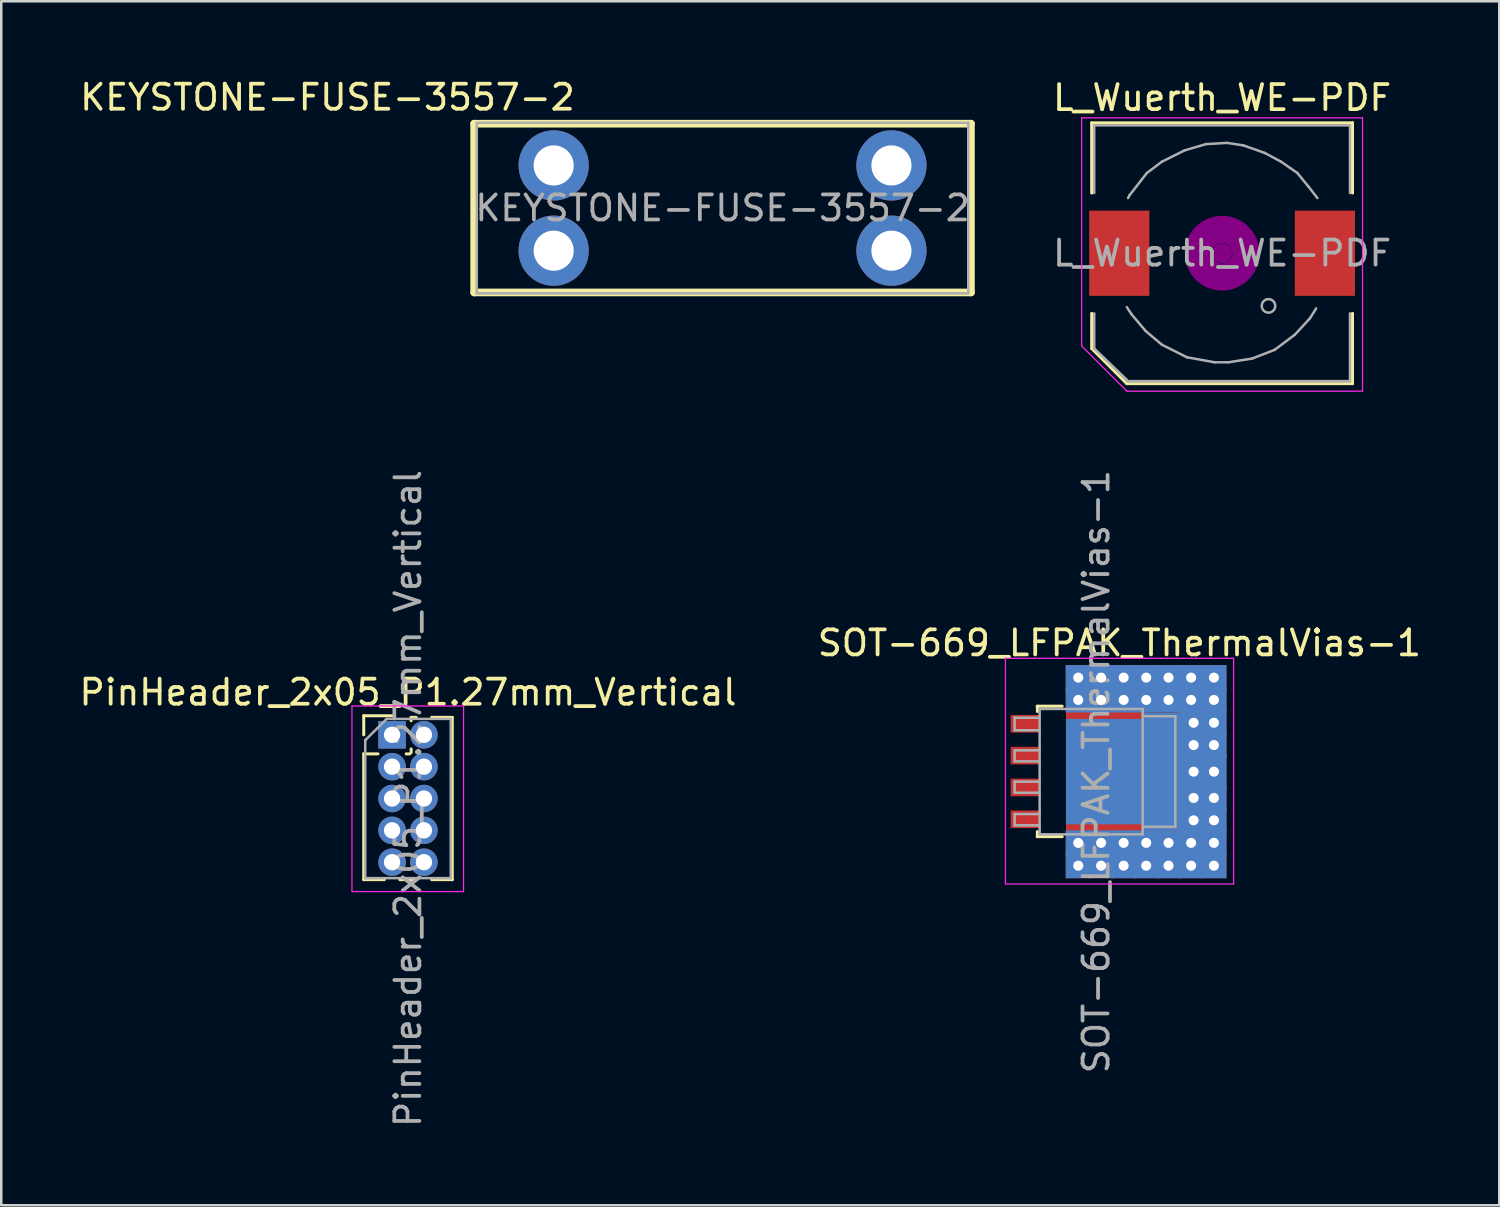
<source format=kicad_pcb>
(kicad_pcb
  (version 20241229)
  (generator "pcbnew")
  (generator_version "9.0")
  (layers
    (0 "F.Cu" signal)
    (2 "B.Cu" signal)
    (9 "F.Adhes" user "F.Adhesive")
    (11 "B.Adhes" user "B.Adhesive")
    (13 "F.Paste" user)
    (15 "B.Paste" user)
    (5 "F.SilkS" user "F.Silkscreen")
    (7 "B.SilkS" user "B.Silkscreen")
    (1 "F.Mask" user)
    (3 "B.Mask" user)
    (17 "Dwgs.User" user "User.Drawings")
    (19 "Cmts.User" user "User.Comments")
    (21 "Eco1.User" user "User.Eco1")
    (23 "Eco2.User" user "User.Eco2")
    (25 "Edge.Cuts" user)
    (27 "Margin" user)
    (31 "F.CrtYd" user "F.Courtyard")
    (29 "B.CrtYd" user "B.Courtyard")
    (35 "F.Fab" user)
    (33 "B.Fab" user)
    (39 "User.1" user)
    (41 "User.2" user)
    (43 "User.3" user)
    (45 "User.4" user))
  (footprint "KEYSTONE-FUSE-3557-2"
    (layer "F.Cu")
    (at 25.764 5.247)
    (property "Reference" "KEYSTONE-FUSE-3557-2" (at -5.8 -5 0) (layer "F.SilkS") (effects (font (size 1 1) (thickness 0.15)) (justify right top)))
    (attr through_hole)
    (fp_line (start -9.905 -3.365) (end 9.905 -3.365) (stroke (width 0.305) (type solid)) (layer "F.SilkS"))
    (fp_line (start -9.905 3.365) (end -9.905 -3.365) (stroke (width 0.305) (type solid)) (layer "F.SilkS"))
    (fp_line (start 9.905 -3.365) (end 9.905 3.365) (stroke (width 0.305) (type solid)) (layer "F.SilkS"))
    (fp_line (start 9.905 3.365) (end -9.905 3.365) (stroke (width 0.305) (type solid)) (layer "F.SilkS"))
    (fp_line (start -9.8 -3.4) (end 9.8 -3.4) (stroke (width 0.1) (type solid)) (layer "F.Fab"))
    (fp_line (start -9.8 3.4) (end -9.8 -3.4) (stroke (width 0.1) (type solid)) (layer "F.Fab"))
    (fp_line (start 9.8 -3.4) (end 9.8 3.4) (stroke (width 0.1) (type solid)) (layer "F.Fab"))
    (fp_line (start 9.8 3.4) (end -9.8 3.4) (stroke (width 0.1) (type solid)) (layer "F.Fab"))
    (fp_text user "${REFERENCE}" (at 0 0 0) (layer "F.Fab") (effects (font (size 1 1) (thickness 0.15))))
    (pad "1" thru_hole circle (at -6.735 -1.7 90) (size 2.8 2.8) (drill 1.6) (layers "*.Cu" "*.Mask"))
    (pad "1" thru_hole circle (at -6.735 1.7 90) (size 2.8 2.8) (drill 1.6) (layers "*.Cu" "*.Mask"))
    (pad "2" thru_hole circle (at 6.735 -1.7 90) (size 2.8 2.8) (drill 1.6) (layers "*.Cu" "*.Mask"))
    (pad "2" thru_hole circle (at 6.735 1.7 90) (size 2.8 2.8) (drill 1.6) (layers "*.Cu" "*.Mask")))
  (footprint "PinHeader_2x05_P1.27mm_Vertical"
    (layer "F.Cu")
    (at 12.585 26.253)
    (property "Reference" "PinHeader_2x05_P1.27mm_Vertical" (at 0.635 -1.695 0) (layer "F.SilkS") (effects (font (size 1 1) (thickness 0.15))))
    (attr through_hole)
    (fp_line (start -1.13 -0.76) (end 0 -0.76) (stroke (width 0.12) (type solid)) (layer "F.SilkS"))
    (fp_line (start -1.13 0) (end -1.13 -0.76) (stroke (width 0.12) (type solid)) (layer "F.SilkS"))
    (fp_line (start -1.13 0.76) (end -1.13 5.775) (stroke (width 0.12) (type solid)) (layer "F.SilkS"))
    (fp_line (start -1.13 0.76) (end -0.563 0.76) (stroke (width 0.12) (type solid)) (layer "F.SilkS"))
    (fp_line (start -1.13 5.775) (end -0.308 5.775) (stroke (width 0.12) (type solid)) (layer "F.SilkS"))
    (fp_line (start 0.308 5.775) (end 0.962 5.775) (stroke (width 0.12) (type solid)) (layer "F.SilkS"))
    (fp_line (start 0.563 0.76) (end 0.707 0.76) (stroke (width 0.12) (type solid)) (layer "F.SilkS"))
    (fp_line (start 0.76 -0.695) (end 0.962 -0.695) (stroke (width 0.12) (type solid)) (layer "F.SilkS"))
    (fp_line (start 0.76 -0.563) (end 0.76 -0.695) (stroke (width 0.12) (type solid)) (layer "F.SilkS"))
    (fp_line (start 0.76 0.707) (end 0.76 0.563) (stroke (width 0.12) (type solid)) (layer "F.SilkS"))
    (fp_line (start 1.578 -0.695) (end 2.4 -0.695) (stroke (width 0.12) (type solid)) (layer "F.SilkS"))
    (fp_line (start 1.578 5.775) (end 2.4 5.775) (stroke (width 0.12) (type solid)) (layer "F.SilkS"))
    (fp_line (start 2.4 -0.695) (end 2.4 5.775) (stroke (width 0.12) (type solid)) (layer "F.SilkS"))
    (fp_line (start -1.6 -1.15) (end -1.6 6.25) (stroke (width 0.05) (type solid)) (layer "F.CrtYd"))
    (fp_line (start -1.6 6.25) (end 2.85 6.25) (stroke (width 0.05) (type solid)) (layer "F.CrtYd"))
    (fp_line (start 2.85 -1.15) (end -1.6 -1.15) (stroke (width 0.05) (type solid)) (layer "F.CrtYd"))
    (fp_line (start 2.85 6.25) (end 2.85 -1.15) (stroke (width 0.05) (type solid)) (layer "F.CrtYd"))
    (fp_line (start -1.07 0.217) (end -0.217 -0.635) (stroke (width 0.1) (type solid)) (layer "F.Fab"))
    (fp_line (start -1.07 5.715) (end -1.07 0.217) (stroke (width 0.1) (type solid)) (layer "F.Fab"))
    (fp_line (start -0.217 -0.635) (end 2.34 -0.635) (stroke (width 0.1) (type solid)) (layer "F.Fab"))
    (fp_line (start 2.34 -0.635) (end 2.34 5.715) (stroke (width 0.1) (type solid)) (layer "F.Fab"))
    (fp_line (start 2.34 5.715) (end -1.07 5.715) (stroke (width 0.1) (type solid)) (layer "F.Fab"))
    (fp_text user "${REFERENCE}" (at 0.635 2.54 90) (layer "F.Fab") (effects (font (size 1 1) (thickness 0.15))))
    (pad "1" thru_hole rect (at 0 0) (size 1.1 1.1) (drill 0.65) (layers "*.Cu" "*.Mask"))
    (pad "2" thru_hole oval (at 1.27 0) (size 1.1 1.1) (drill 0.65) (layers "*.Cu" "*.Mask"))
    (pad "3" thru_hole oval (at 0 1.27) (size 1.1 1.1) (drill 0.65) (layers "*.Cu" "*.Mask"))
    (pad "4" thru_hole oval (at 1.27 1.27) (size 1.1 1.1) (drill 0.65) (layers "*.Cu" "*.Mask"))
    (pad "5" thru_hole oval (at 0 2.54) (size 1.1 1.1) (drill 0.65) (layers "*.Cu" "*.Mask"))
    (pad "6" thru_hole oval (at 1.27 2.54) (size 1.1 1.1) (drill 0.65) (layers "*.Cu" "*.Mask"))
    (pad "7" thru_hole oval (at 0 3.81) (size 1.1 1.1) (drill 0.65) (layers "*.Cu" "*.Mask"))
    (pad "8" thru_hole oval (at 1.27 3.81) (size 1.1 1.1) (drill 0.65) (layers "*.Cu" "*.Mask"))
    (pad "9" thru_hole oval (at 0 5.08) (size 1.1 1.1) (drill 0.65) (layers "*.Cu" "*.Mask"))
    (pad "10" thru_hole oval (at 1.27 5.08) (size 1.1 1.1) (drill 0.65) (layers "*.Cu" "*.Mask")))
  (footprint "L_Wuerth_WE-PDF"
    (layer "F.Cu")
    (at 45.685 7.048)
    (property "Reference" "L_Wuerth_WE-PDF" (at 0 -6.2 0) (layer "F.SilkS") (effects (font (size 1 1) (thickness 0.15))))
    (attr smd)
    (fp_line (start -5.2 -5.2) (end 5.2 -5.2) (stroke (width 0.12) (type solid)) (layer "F.SilkS"))
    (fp_line (start -5.2 -2.4) (end -5.2 -5.2) (stroke (width 0.12) (type solid)) (layer "F.SilkS"))
    (fp_line (start -5.2 3.8) (end -5.2 2.4) (stroke (width 0.12) (type solid)) (layer "F.SilkS"))
    (fp_line (start -3.8 5.2) (end -5.2 3.8) (stroke (width 0.12) (type solid)) (layer "F.SilkS"))
    (fp_line (start 5.2 -5.2) (end 5.2 -2.4) (stroke (width 0.12) (type solid)) (layer "F.SilkS"))
    (fp_line (start 5.2 2.4) (end 5.2 5.2) (stroke (width 0.12) (type solid)) (layer "F.SilkS"))
    (fp_line (start 5.2 5.2) (end -3.8 5.2) (stroke (width 0.12) (type solid)) (layer "F.SilkS"))
    (fp_circle (center 0 0) (end 0.15 0.15) (stroke (width 0.38) (type solid)) (fill no) (layer "F.Adhes"))
    (fp_circle (center 0 0) (end 0.6 0.05) (stroke (width 0.38) (type solid)) (fill no) (layer "F.Adhes"))
    (fp_circle (center 0 0) (end 0.95 0) (stroke (width 0.38) (type solid)) (fill no) (layer "F.Adhes"))
    (fp_circle (center 0 0) (end 1.3 0.05) (stroke (width 0.38) (type solid)) (fill no) (layer "F.Adhes"))
    (fp_line (start -5.6 -5.4) (end 5.6 -5.4) (stroke (width 0.05) (type solid)) (layer "F.CrtYd"))
    (fp_line (start -5.6 3.7) (end -5.6 -5.4) (stroke (width 0.05) (type solid)) (layer "F.CrtYd"))
    (fp_line (start -3.8 5.5) (end -5.6 3.7) (stroke (width 0.05) (type solid)) (layer "F.CrtYd"))
    (fp_line (start 5.6 -5.4) (end 5.6 5.5) (stroke (width 0.05) (type solid)) (layer "F.CrtYd"))
    (fp_line (start 5.6 5.5) (end -3.8 5.5) (stroke (width 0.05) (type solid)) (layer "F.CrtYd"))
    (fp_line (start -5.1 -5.1) (end -5.1 -2.4) (stroke (width 0.1) (type solid)) (layer "F.Fab"))
    (fp_line (start -5.1 2.4) (end -5.1 3.8) (stroke (width 0.1) (type solid)) (layer "F.Fab"))
    (fp_line (start -5.1 3.8) (end -3.8 5.05) (stroke (width 0.1) (type solid)) (layer "F.Fab"))
    (fp_line (start -3.8 2.15) (end -3.6 2.45) (stroke (width 0.1) (type solid)) (layer "F.Fab"))
    (fp_line (start -3.7 -2.3) (end -3.75 -2.2) (stroke (width 0.1) (type solid)) (layer "F.Fab"))
    (fp_line (start -3.6 2.45) (end -3.05 3.1) (stroke (width 0.1) (type solid)) (layer "F.Fab"))
    (fp_line (start -3.05 3.1) (end -2.4 3.65) (stroke (width 0.1) (type solid)) (layer "F.Fab"))
    (fp_line (start -3 -3.2) (end -3.7 -2.3) (stroke (width 0.1) (type solid)) (layer "F.Fab"))
    (fp_line (start -2.4 -3.65) (end -3 -3.2) (stroke (width 0.1) (type solid)) (layer "F.Fab"))
    (fp_line (start -2.4 3.65) (end -1.4 4.15) (stroke (width 0.1) (type solid)) (layer "F.Fab"))
    (fp_line (start -1.5 -4.1) (end -2.4 -3.65) (stroke (width 0.1) (type solid)) (layer "F.Fab"))
    (fp_line (start -1.4 4.15) (end -0.3 4.35) (stroke (width 0.1) (type solid)) (layer "F.Fab"))
    (fp_line (start -0.65 -4.35) (end -1.5 -4.1) (stroke (width 0.1) (type solid)) (layer "F.Fab"))
    (fp_line (start -0.3 4.35) (end 0.25 4.35) (stroke (width 0.1) (type solid)) (layer "F.Fab"))
    (fp_line (start 0.2 -4.4) (end -0.65 -4.35) (stroke (width 0.1) (type solid)) (layer "F.Fab"))
    (fp_line (start 0.25 4.35) (end 1.2 4.2) (stroke (width 0.1) (type solid)) (layer "F.Fab"))
    (fp_line (start 0.85 -4.3) (end 0.2 -4.4) (stroke (width 0.1) (type solid)) (layer "F.Fab"))
    (fp_line (start 1.2 4.2) (end 2.1 3.85) (stroke (width 0.1) (type solid)) (layer "F.Fab"))
    (fp_line (start 1.7 -4) (end 0.85 -4.3) (stroke (width 0.1) (type solid)) (layer "F.Fab"))
    (fp_line (start 2.1 3.85) (end 2.9 3.25) (stroke (width 0.1) (type solid)) (layer "F.Fab"))
    (fp_line (start 2.35 -3.65) (end 1.7 -4) (stroke (width 0.1) (type solid)) (layer "F.Fab"))
    (fp_line (start 2.9 3.25) (end 3.5 2.6) (stroke (width 0.1) (type solid)) (layer "F.Fab"))
    (fp_line (start 3 -3.2) (end 2.35 -3.65) (stroke (width 0.1) (type solid)) (layer "F.Fab"))
    (fp_line (start 3.45 -2.65) (end 3 -3.2) (stroke (width 0.1) (type solid)) (layer "F.Fab"))
    (fp_line (start 3.5 2.6) (end 3.75 2.2) (stroke (width 0.1) (type solid)) (layer "F.Fab"))
    (fp_line (start 3.8 -2.2) (end 3.45 -2.65) (stroke (width 0.1) (type solid)) (layer "F.Fab"))
    (fp_line (start 5.1 -5.1) (end -5.1 -5.1) (stroke (width 0.1) (type solid)) (layer "F.Fab"))
    (fp_line (start 5.1 -5.1) (end 5.1 -2.4) (stroke (width 0.1) (type solid)) (layer "F.Fab"))
    (fp_line (start 5.1 5.1) (end -3.8 5.1) (stroke (width 0.1) (type solid)) (layer "F.Fab"))
    (fp_line (start 5.1 5.1) (end 5.1 2.4) (stroke (width 0.1) (type solid)) (layer "F.Fab"))
    (fp_circle (center 1.85 2.1) (end 2.1 2.2) (stroke (width 0.1) (type solid)) (fill no) (layer "F.Fab"))
    (fp_text user "${REFERENCE}" (at 0 0 0) (layer "F.Fab") (effects (font (size 1 1) (thickness 0.15))))
    (pad "1" smd rect (at -4.1 0) (size 2.4 3.4) (layers "F.Cu" "F.Mask" "F.Paste"))
    (pad "2" smd rect (at 4.1 0) (size 2.4 3.4) (layers "F.Cu" "F.Mask" "F.Paste")))
  (footprint "SOT-669_LFPAK_ThermalVias-1"
    (layer "F.Cu")
    (at 40.664 27.722)
    (property "Reference" "SOT-669_LFPAK_ThermalVias-1" (at 0.925 -5.13 0) (layer "F.SilkS") (effects (font (size 1 1) (thickness 0.15))))
    (attr smd)
    (fp_line (start -2.355 -2.61) (end -1.355 -2.61) (stroke (width 0.12) (type solid)) (layer "F.SilkS"))
    (fp_line (start -2.355 2.59) (end -1.355 2.59) (stroke (width 0.12) (type solid)) (layer "F.SilkS"))
    (fp_line (start -2.345 -2.61) (end -2.345 -2.4) (stroke (width 0.12) (type solid)) (layer "F.SilkS"))
    (fp_line (start -2.345 2.39) (end -2.345 2.59) (stroke (width 0.12) (type solid)) (layer "F.SilkS"))
    (fp_line (start -3.62 4.48) (end -3.62 -4.52) (stroke (width 0.05) (type solid)) (layer "F.CrtYd"))
    (fp_line (start -3.62 4.48) (end 5.48 4.48) (stroke (width 0.05) (type solid)) (layer "F.CrtYd"))
    (fp_line (start 5.48 -4.52) (end -3.62 -4.52) (stroke (width 0.05) (type solid)) (layer "F.CrtYd"))
    (fp_line (start 5.48 -4.52) (end 5.48 4.48) (stroke (width 0.05) (type solid)) (layer "F.CrtYd"))
    (fp_line (start -3.255 -2.15) (end -3.255 -1.65) (stroke (width 0.1) (type solid)) (layer "F.Fab"))
    (fp_line (start -3.255 -2.15) (end -2.255 -2.15) (stroke (width 0.1) (type solid)) (layer "F.Fab"))
    (fp_line (start -3.255 -1.65) (end -2.255 -1.65) (stroke (width 0.1) (type solid)) (layer "F.Fab"))
    (fp_line (start -3.255 -0.85) (end -3.255 -0.41) (stroke (width 0.1) (type solid)) (layer "F.Fab"))
    (fp_line (start -3.255 -0.41) (end -2.255 -0.41) (stroke (width 0.1) (type solid)) (layer "F.Fab"))
    (fp_line (start -3.255 0.4) (end -3.255 0.84) (stroke (width 0.1) (type solid)) (layer "F.Fab"))
    (fp_line (start -3.255 0.84) (end -2.255 0.84) (stroke (width 0.1) (type solid)) (layer "F.Fab"))
    (fp_line (start -3.255 1.69) (end -3.255 2.14) (stroke (width 0.1) (type solid)) (layer "F.Fab"))
    (fp_line (start -3.255 2.14) (end -2.255 2.14) (stroke (width 0.1) (type solid)) (layer "F.Fab"))
    (fp_line (start -2.255 -2.5) (end -2.255 2.5) (stroke (width 0.1) (type solid)) (layer "F.Fab"))
    (fp_line (start -2.255 -0.85) (end -3.255 -0.85) (stroke (width 0.1) (type solid)) (layer "F.Fab"))
    (fp_line (start -2.255 0.4) (end -3.255 0.4) (stroke (width 0.1) (type solid)) (layer "F.Fab"))
    (fp_line (start -2.255 1.69) (end -3.255 1.69) (stroke (width 0.1) (type solid)) (layer "F.Fab"))
    (fp_line (start -2.255 2.5) (end 1.855 2.5) (stroke (width 0.1) (type solid)) (layer "F.Fab"))
    (fp_line (start 1.855 -2.5) (end -2.255 -2.5) (stroke (width 0.1) (type solid)) (layer "F.Fab"))
    (fp_line (start 1.855 2.5) (end 1.855 -2.5) (stroke (width 0.1) (type solid)) (layer "F.Fab"))
    (fp_line (start 3.155 -2.21) (end 1.855 -2.21) (stroke (width 0.1) (type solid)) (layer "F.Fab"))
    (fp_line (start 3.155 -2.21) (end 3.155 2.2) (stroke (width 0.1) (type solid)) (layer "F.Fab"))
    (fp_line (start 3.155 2.2) (end 1.855 2.2) (stroke (width 0.1) (type solid)) (layer "F.Fab"))
    (fp_text user "${REFERENCE}" (at 0 0 90) (layer "F.Fab") (effects (font (size 1 1) (thickness 0.15))))
    (pad "" smd rect (at -0.655 -1.15) (size 0.6 0.9) (layers "F.Paste"))
    (pad "" smd rect (at -0.655 0) (size 0.6 0.9) (layers "F.Paste"))
    (pad "" smd rect (at -0.655 1.14) (size 0.6 0.9) (layers "F.Paste"))
    (pad "" smd rect (at 0.195 -1.15) (size 0.6 0.9) (layers "F.Paste"))
    (pad "" smd rect (at 0.195 0) (size 0.6 0.9) (layers "F.Paste"))
    (pad "" smd rect (at 0.195 1.14) (size 0.6 0.9) (layers "F.Paste"))
    (pad "" smd rect (at 1.045 -1.15) (size 0.6 0.9) (layers "F.Paste"))
    (pad "" smd rect (at 1.045 0) (size 0.6 0.9) (layers "F.Paste"))
    (pad "" smd rect (at 1.045 1.14) (size 0.6 0.9) (layers "F.Paste"))
    (pad "" smd rect (at 2.885 -1.88 270) (size 0.6 0.9) (layers "F.Paste"))
    (pad "" smd rect (at 2.885 -0.6 270) (size 0.6 0.9) (layers "F.Paste"))
    (pad "" smd rect (at 2.885 0.59 270) (size 0.6 0.9) (layers "F.Paste"))
    (pad "" smd rect (at 2.885 1.87 270) (size 0.6 0.9) (layers "F.Paste"))
    (pad "1" smd rect (at -2.835 -1.91 270) (size 0.7 1.15) (layers "F.Cu" "F.Mask" "F.Paste"))
    (pad "2" smd rect (at -2.835 -0.64 270) (size 0.7 1.15) (layers "F.Cu" "F.Mask" "F.Paste"))
    (pad "3" smd rect (at -2.835 0.63 270) (size 0.7 1.15) (layers "F.Cu" "F.Mask" "F.Paste"))
    (pad "4" smd rect (at -2.835 1.9 270) (size 0.7 1.15) (layers "F.Cu" "F.Mask" "F.Paste"))
    (pad "5" thru_hole rect (at -0.715 -3.75 270) (size 1 1) (drill 0.4) (layers "*.Cu"))
    (pad "5" thru_hole rect (at -0.715 -2.86 270) (size 1 1) (drill 0.4) (layers "*.Cu"))
    (pad "5" thru_hole rect (at -0.715 2.84 270) (size 1 1) (drill 0.4) (layers "*.Cu"))
    (pad "5" thru_hole rect (at -0.715 3.75 270) (size 1 1) (drill 0.4) (layers "*.Cu"))
    (pad "5" thru_hole rect (at 0.195 -3.75 270) (size 1 1) (drill 0.4) (layers "*.Cu"))
    (pad "5" thru_hole rect (at 0.195 -2.86 270) (size 1 1) (drill 0.4) (layers "*.Cu"))
    (pad "5" thru_hole rect (at 0.195 2.84 270) (size 1 1) (drill 0.4) (layers "*.Cu"))
    (pad "5" thru_hole rect (at 0.195 3.75 270) (size 1 1) (drill 0.4) (layers "*.Cu"))
    (pad "5" smd rect (at 0.445 -2.21 270) (size 0.6 3.3) (layers "F.Cu"))
    (pad "5" smd rect (at 0.445 0 270) (size 4.2 3.3) (layers "F.Cu" "F.Mask"))
    (pad "5" smd rect (at 0.445 0 270) (size 4.2 3.3) (layers "B.Cu"))
    (pad "5" smd rect (at 0.445 2.2 270) (size 0.6 3.3) (layers "F.Cu"))
    (pad "5" thru_hole rect (at 1.095 -3.75 270) (size 1 1) (drill 0.4) (layers "*.Cu"))
    (pad "5" thru_hole rect (at 1.095 -2.86 270) (size 1 1) (drill 0.4) (layers "*.Cu"))
    (pad "5" thru_hole rect (at 1.095 2.84 270) (size 1 1) (drill 0.4) (layers "*.Cu"))
    (pad "5" thru_hole rect (at 1.095 3.75 270) (size 1 1) (drill 0.4) (layers "*.Cu"))
    (pad "5" smd rect (at 1.745 -2.25 270) (size 0.5 0.5) (layers "F.Cu"))
    (pad "5" smd rect (at 1.745 2.25 270) (size 0.5 0.5) (layers "F.Cu"))
    (pad "5" thru_hole rect (at 1.995 -3.75 270) (size 1 1) (drill 0.4) (layers "*.Cu"))
    (pad "5" thru_hole rect (at 1.995 -2.86 270) (size 1 1) (drill 0.4) (layers "*.Cu"))
    (pad "5" thru_hole rect (at 1.995 2.84 270) (size 1 1) (drill 0.4) (layers "*.Cu"))
    (pad "5" thru_hole rect (at 1.995 3.75 270) (size 1 1) (drill 0.4) (layers "*.Cu"))
    (pad "5" smd rect (at 2.635 0 270) (size 4.7 1.55) (layers "F.Cu" "F.Mask"))
    (pad "5" smd rect (at 2.635 0 270) (size 4.7 1.55) (layers "B.Cu"))
    (pad "5" thru_hole rect (at 2.885 -3.75 270) (size 1 1) (drill 0.4) (layers "*.Cu"))
    (pad "5" thru_hole rect (at 2.885 -2.86 270) (size 1 1) (drill 0.4) (layers "*.Cu"))
    (pad "5" thru_hole rect (at 2.885 2.84 270) (size 1 1) (drill 0.4) (layers "*.Cu"))
    (pad "5" thru_hole rect (at 2.885 3.75 270) (size 1 1) (drill 0.4) (layers "*.Cu"))
    (pad "5" thru_hole rect (at 3.785 -3.75 270) (size 1 1) (drill 0.4) (layers "*.Cu"))
    (pad "5" thru_hole rect (at 3.785 -2.86 270) (size 1 1) (drill 0.4) (layers "*.Cu"))
    (pad "5" thru_hole rect (at 3.785 2.84 270) (size 1 1) (drill 0.4) (layers "*.Cu"))
    (pad "5" thru_hole rect (at 3.785 3.75 270) (size 1 1) (drill 0.4) (layers "*.Cu"))
    (pad "5" thru_hole rect (at 3.885 -1.95 270) (size 1 1) (drill 0.4) (layers "*.Cu"))
    (pad "5" thru_hole rect (at 3.885 -1.06 270) (size 1 1) (drill 0.4) (layers "*.Cu"))
    (pad "5" thru_hole rect (at 3.885 0 270) (size 1.4 1) (drill 0.4) (layers "*.Cu"))
    (pad "5" thru_hole rect (at 3.885 1.05 270) (size 1 1) (drill 0.4) (layers "*.Cu"))
    (pad "5" thru_hole rect (at 3.885 1.94 270) (size 1 1) (drill 0.4) (layers "*.Cu"))
    (pad "5" thru_hole rect (at 4.695 -3.75 270) (size 1 1) (drill 0.4) (layers "*.Cu"))
    (pad "5" thru_hole rect (at 4.695 -2.86 270) (size 1 1) (drill 0.4) (layers "*.Cu"))
    (pad "5" thru_hole rect (at 4.695 -1.95 270) (size 1 1) (drill 0.4) (layers "*.Cu"))
    (pad "5" thru_hole rect (at 4.695 -1.06 270) (size 1 1) (drill 0.4) (layers "*.Cu"))
    (pad "5" thru_hole rect (at 4.695 0 270) (size 1.4 1) (drill 0.4) (layers "*.Cu"))
    (pad "5" thru_hole rect (at 4.695 1.05 270) (size 1 1) (drill 0.4) (layers "*.Cu"))
    (pad "5" thru_hole rect (at 4.695 1.94 270) (size 1 1) (drill 0.4) (layers "*.Cu"))
    (pad "5" thru_hole rect (at 4.695 2.84 270) (size 1 1) (drill 0.4) (layers "*.Cu"))
    (pad "5" thru_hole rect (at 4.695 3.75 270) (size 1 1) (drill 0.4) (layers "*.Cu")))
  (gr_rect
    (start -3 -3)
    (end 56.738 45.014)
    (stroke (width 0.1) (type default))
    (fill no)
    (layer "Edge.Cuts")))
</source>
